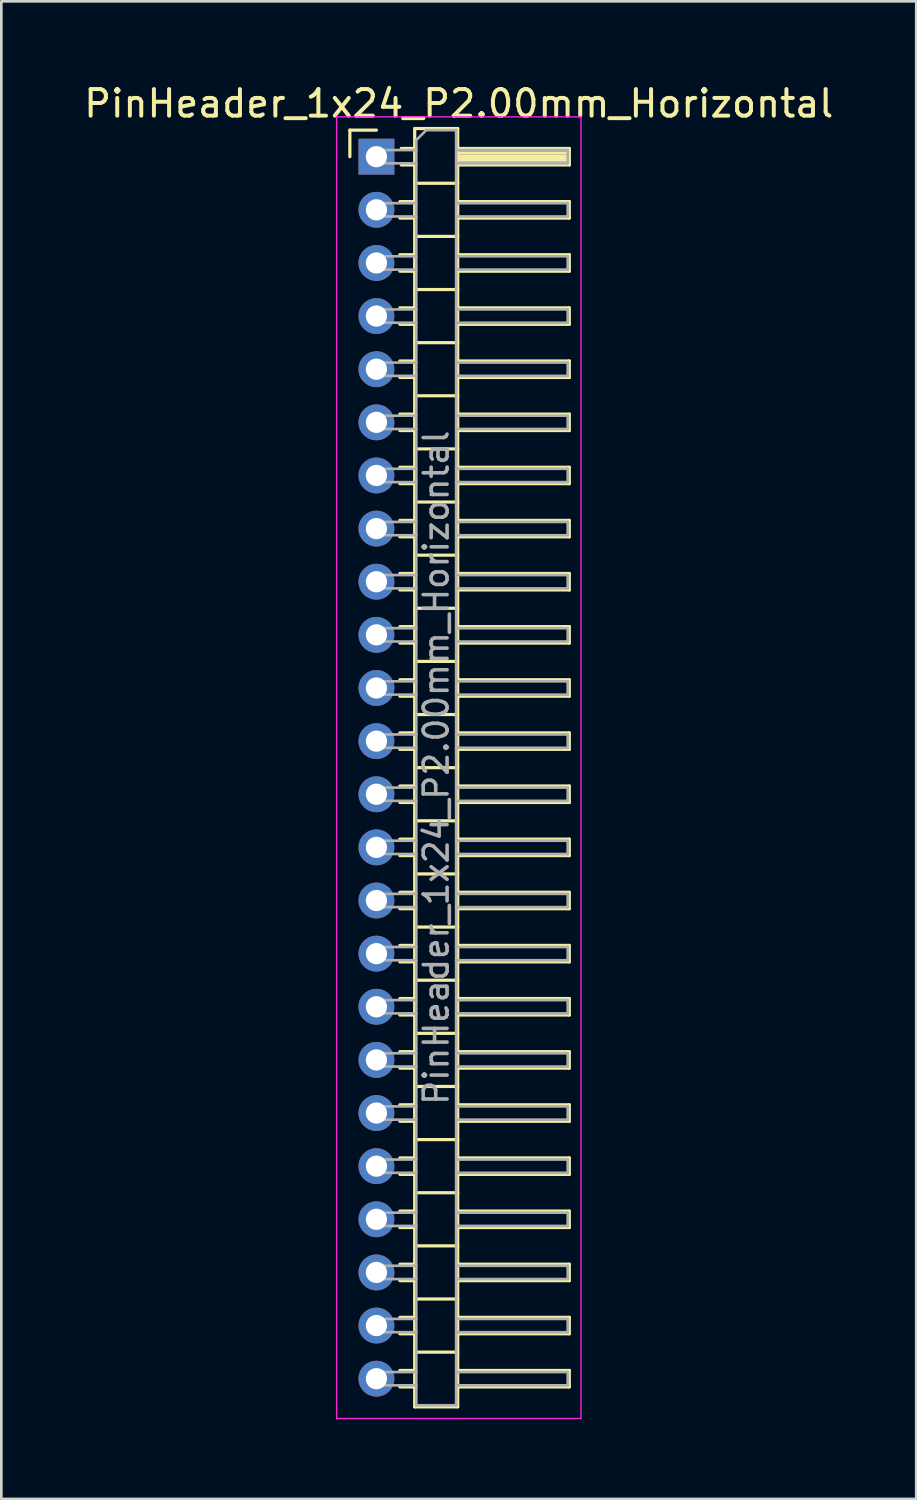
<source format=kicad_pcb>
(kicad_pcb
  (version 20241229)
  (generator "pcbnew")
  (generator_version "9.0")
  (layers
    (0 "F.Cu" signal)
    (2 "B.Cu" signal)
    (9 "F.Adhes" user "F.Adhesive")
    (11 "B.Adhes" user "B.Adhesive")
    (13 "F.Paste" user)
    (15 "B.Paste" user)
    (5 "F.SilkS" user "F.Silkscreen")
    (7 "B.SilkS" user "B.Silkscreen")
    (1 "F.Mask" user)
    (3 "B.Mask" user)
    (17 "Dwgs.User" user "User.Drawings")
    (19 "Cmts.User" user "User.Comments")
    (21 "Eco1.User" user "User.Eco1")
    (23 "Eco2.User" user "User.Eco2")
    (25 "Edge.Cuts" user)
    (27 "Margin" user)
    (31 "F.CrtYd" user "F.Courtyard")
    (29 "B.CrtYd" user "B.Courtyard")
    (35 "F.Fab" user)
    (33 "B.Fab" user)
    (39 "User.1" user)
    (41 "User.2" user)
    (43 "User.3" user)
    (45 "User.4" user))
  (footprint "PinHeader_1x24_P2.00mm_Horizontal"
    (layer "F.Cu")
    (at 11.12 2.848)
    (property "Reference" "PinHeader_1x24_P2.00mm_Horizontal" (at 3.1 -2 0) (layer "F.SilkS") (effects (font (size 1 1) (thickness 0.15))))
    (attr through_hole)
    (fp_line (start -1 -1) (end 0 -1) (stroke (width 0.12) (type solid)) (layer "F.SilkS"))
    (fp_line (start -1 0) (end -1 -1) (stroke (width 0.12) (type solid)) (layer "F.SilkS"))
    (fp_line (start 0.882 1.69) (end 1.44 1.69) (stroke (width 0.12) (type solid)) (layer "F.SilkS"))
    (fp_line (start 0.882 2.31) (end 1.44 2.31) (stroke (width 0.12) (type solid)) (layer "F.SilkS"))
    (fp_line (start 0.882 3.69) (end 1.44 3.69) (stroke (width 0.12) (type solid)) (layer "F.SilkS"))
    (fp_line (start 0.882 4.31) (end 1.44 4.31) (stroke (width 0.12) (type solid)) (layer "F.SilkS"))
    (fp_line (start 0.882 5.69) (end 1.44 5.69) (stroke (width 0.12) (type solid)) (layer "F.SilkS"))
    (fp_line (start 0.882 6.31) (end 1.44 6.31) (stroke (width 0.12) (type solid)) (layer "F.SilkS"))
    (fp_line (start 0.882 7.69) (end 1.44 7.69) (stroke (width 0.12) (type solid)) (layer "F.SilkS"))
    (fp_line (start 0.882 8.31) (end 1.44 8.31) (stroke (width 0.12) (type solid)) (layer "F.SilkS"))
    (fp_line (start 0.882 9.69) (end 1.44 9.69) (stroke (width 0.12) (type solid)) (layer "F.SilkS"))
    (fp_line (start 0.882 10.31) (end 1.44 10.31) (stroke (width 0.12) (type solid)) (layer "F.SilkS"))
    (fp_line (start 0.882 11.69) (end 1.44 11.69) (stroke (width 0.12) (type solid)) (layer "F.SilkS"))
    (fp_line (start 0.882 12.31) (end 1.44 12.31) (stroke (width 0.12) (type solid)) (layer "F.SilkS"))
    (fp_line (start 0.882 13.69) (end 1.44 13.69) (stroke (width 0.12) (type solid)) (layer "F.SilkS"))
    (fp_line (start 0.882 14.31) (end 1.44 14.31) (stroke (width 0.12) (type solid)) (layer "F.SilkS"))
    (fp_line (start 0.882 15.69) (end 1.44 15.69) (stroke (width 0.12) (type solid)) (layer "F.SilkS"))
    (fp_line (start 0.882 16.31) (end 1.44 16.31) (stroke (width 0.12) (type solid)) (layer "F.SilkS"))
    (fp_line (start 0.882 17.69) (end 1.44 17.69) (stroke (width 0.12) (type solid)) (layer "F.SilkS"))
    (fp_line (start 0.882 18.31) (end 1.44 18.31) (stroke (width 0.12) (type solid)) (layer "F.SilkS"))
    (fp_line (start 0.882 19.69) (end 1.44 19.69) (stroke (width 0.12) (type solid)) (layer "F.SilkS"))
    (fp_line (start 0.882 20.31) (end 1.44 20.31) (stroke (width 0.12) (type solid)) (layer "F.SilkS"))
    (fp_line (start 0.882 21.69) (end 1.44 21.69) (stroke (width 0.12) (type solid)) (layer "F.SilkS"))
    (fp_line (start 0.882 22.31) (end 1.44 22.31) (stroke (width 0.12) (type solid)) (layer "F.SilkS"))
    (fp_line (start 0.882 23.69) (end 1.44 23.69) (stroke (width 0.12) (type solid)) (layer "F.SilkS"))
    (fp_line (start 0.882 24.31) (end 1.44 24.31) (stroke (width 0.12) (type solid)) (layer "F.SilkS"))
    (fp_line (start 0.882 25.69) (end 1.44 25.69) (stroke (width 0.12) (type solid)) (layer "F.SilkS"))
    (fp_line (start 0.882 26.31) (end 1.44 26.31) (stroke (width 0.12) (type solid)) (layer "F.SilkS"))
    (fp_line (start 0.882 27.69) (end 1.44 27.69) (stroke (width 0.12) (type solid)) (layer "F.SilkS"))
    (fp_line (start 0.882 28.31) (end 1.44 28.31) (stroke (width 0.12) (type solid)) (layer "F.SilkS"))
    (fp_line (start 0.882 29.69) (end 1.44 29.69) (stroke (width 0.12) (type solid)) (layer "F.SilkS"))
    (fp_line (start 0.882 30.31) (end 1.44 30.31) (stroke (width 0.12) (type solid)) (layer "F.SilkS"))
    (fp_line (start 0.882 31.69) (end 1.44 31.69) (stroke (width 0.12) (type solid)) (layer "F.SilkS"))
    (fp_line (start 0.882 32.31) (end 1.44 32.31) (stroke (width 0.12) (type solid)) (layer "F.SilkS"))
    (fp_line (start 0.882 33.69) (end 1.44 33.69) (stroke (width 0.12) (type solid)) (layer "F.SilkS"))
    (fp_line (start 0.882 34.31) (end 1.44 34.31) (stroke (width 0.12) (type solid)) (layer "F.SilkS"))
    (fp_line (start 0.882 35.69) (end 1.44 35.69) (stroke (width 0.12) (type solid)) (layer "F.SilkS"))
    (fp_line (start 0.882 36.31) (end 1.44 36.31) (stroke (width 0.12) (type solid)) (layer "F.SilkS"))
    (fp_line (start 0.882 37.69) (end 1.44 37.69) (stroke (width 0.12) (type solid)) (layer "F.SilkS"))
    (fp_line (start 0.882 38.31) (end 1.44 38.31) (stroke (width 0.12) (type solid)) (layer "F.SilkS"))
    (fp_line (start 0.882 39.69) (end 1.44 39.69) (stroke (width 0.12) (type solid)) (layer "F.SilkS"))
    (fp_line (start 0.882 40.31) (end 1.44 40.31) (stroke (width 0.12) (type solid)) (layer "F.SilkS"))
    (fp_line (start 0.882 41.69) (end 1.44 41.69) (stroke (width 0.12) (type solid)) (layer "F.SilkS"))
    (fp_line (start 0.882 42.31) (end 1.44 42.31) (stroke (width 0.12) (type solid)) (layer "F.SilkS"))
    (fp_line (start 0.882 43.69) (end 1.44 43.69) (stroke (width 0.12) (type solid)) (layer "F.SilkS"))
    (fp_line (start 0.882 44.31) (end 1.44 44.31) (stroke (width 0.12) (type solid)) (layer "F.SilkS"))
    (fp_line (start 0.882 45.69) (end 1.44 45.69) (stroke (width 0.12) (type solid)) (layer "F.SilkS"))
    (fp_line (start 0.882 46.31) (end 1.44 46.31) (stroke (width 0.12) (type solid)) (layer "F.SilkS"))
    (fp_line (start 0.935 -0.31) (end 1.44 -0.31) (stroke (width 0.12) (type solid)) (layer "F.SilkS"))
    (fp_line (start 0.935 0.31) (end 1.44 0.31) (stroke (width 0.12) (type solid)) (layer "F.SilkS"))
    (fp_line (start 1.44 -1.06) (end 1.44 47.06) (stroke (width 0.12) (type solid)) (layer "F.SilkS"))
    (fp_line (start 1.44 1) (end 3.06 1) (stroke (width 0.12) (type solid)) (layer "F.SilkS"))
    (fp_line (start 1.44 3) (end 3.06 3) (stroke (width 0.12) (type solid)) (layer "F.SilkS"))
    (fp_line (start 1.44 5) (end 3.06 5) (stroke (width 0.12) (type solid)) (layer "F.SilkS"))
    (fp_line (start 1.44 7) (end 3.06 7) (stroke (width 0.12) (type solid)) (layer "F.SilkS"))
    (fp_line (start 1.44 9) (end 3.06 9) (stroke (width 0.12) (type solid)) (layer "F.SilkS"))
    (fp_line (start 1.44 11) (end 3.06 11) (stroke (width 0.12) (type solid)) (layer "F.SilkS"))
    (fp_line (start 1.44 13) (end 3.06 13) (stroke (width 0.12) (type solid)) (layer "F.SilkS"))
    (fp_line (start 1.44 15) (end 3.06 15) (stroke (width 0.12) (type solid)) (layer "F.SilkS"))
    (fp_line (start 1.44 17) (end 3.06 17) (stroke (width 0.12) (type solid)) (layer "F.SilkS"))
    (fp_line (start 1.44 19) (end 3.06 19) (stroke (width 0.12) (type solid)) (layer "F.SilkS"))
    (fp_line (start 1.44 21) (end 3.06 21) (stroke (width 0.12) (type solid)) (layer "F.SilkS"))
    (fp_line (start 1.44 23) (end 3.06 23) (stroke (width 0.12) (type solid)) (layer "F.SilkS"))
    (fp_line (start 1.44 25) (end 3.06 25) (stroke (width 0.12) (type solid)) (layer "F.SilkS"))
    (fp_line (start 1.44 27) (end 3.06 27) (stroke (width 0.12) (type solid)) (layer "F.SilkS"))
    (fp_line (start 1.44 29) (end 3.06 29) (stroke (width 0.12) (type solid)) (layer "F.SilkS"))
    (fp_line (start 1.44 31) (end 3.06 31) (stroke (width 0.12) (type solid)) (layer "F.SilkS"))
    (fp_line (start 1.44 33) (end 3.06 33) (stroke (width 0.12) (type solid)) (layer "F.SilkS"))
    (fp_line (start 1.44 35) (end 3.06 35) (stroke (width 0.12) (type solid)) (layer "F.SilkS"))
    (fp_line (start 1.44 37) (end 3.06 37) (stroke (width 0.12) (type solid)) (layer "F.SilkS"))
    (fp_line (start 1.44 39) (end 3.06 39) (stroke (width 0.12) (type solid)) (layer "F.SilkS"))
    (fp_line (start 1.44 41) (end 3.06 41) (stroke (width 0.12) (type solid)) (layer "F.SilkS"))
    (fp_line (start 1.44 43) (end 3.06 43) (stroke (width 0.12) (type solid)) (layer "F.SilkS"))
    (fp_line (start 1.44 45) (end 3.06 45) (stroke (width 0.12) (type solid)) (layer "F.SilkS"))
    (fp_line (start 1.44 47.06) (end 3.06 47.06) (stroke (width 0.12) (type solid)) (layer "F.SilkS"))
    (fp_line (start 3.06 -1.06) (end 1.44 -1.06) (stroke (width 0.12) (type solid)) (layer "F.SilkS"))
    (fp_line (start 3.06 -0.31) (end 7.26 -0.31) (stroke (width 0.12) (type solid)) (layer "F.SilkS"))
    (fp_line (start 3.06 -0.25) (end 7.26 -0.25) (stroke (width 0.12) (type solid)) (layer "F.SilkS"))
    (fp_line (start 3.06 -0.13) (end 7.26 -0.13) (stroke (width 0.12) (type solid)) (layer "F.SilkS"))
    (fp_line (start 3.06 -0.01) (end 7.26 -0.01) (stroke (width 0.12) (type solid)) (layer "F.SilkS"))
    (fp_line (start 3.06 0.11) (end 7.26 0.11) (stroke (width 0.12) (type solid)) (layer "F.SilkS"))
    (fp_line (start 3.06 0.23) (end 7.26 0.23) (stroke (width 0.12) (type solid)) (layer "F.SilkS"))
    (fp_line (start 3.06 1.69) (end 7.26 1.69) (stroke (width 0.12) (type solid)) (layer "F.SilkS"))
    (fp_line (start 3.06 3.69) (end 7.26 3.69) (stroke (width 0.12) (type solid)) (layer "F.SilkS"))
    (fp_line (start 3.06 5.69) (end 7.26 5.69) (stroke (width 0.12) (type solid)) (layer "F.SilkS"))
    (fp_line (start 3.06 7.69) (end 7.26 7.69) (stroke (width 0.12) (type solid)) (layer "F.SilkS"))
    (fp_line (start 3.06 9.69) (end 7.26 9.69) (stroke (width 0.12) (type solid)) (layer "F.SilkS"))
    (fp_line (start 3.06 11.69) (end 7.26 11.69) (stroke (width 0.12) (type solid)) (layer "F.SilkS"))
    (fp_line (start 3.06 13.69) (end 7.26 13.69) (stroke (width 0.12) (type solid)) (layer "F.SilkS"))
    (fp_line (start 3.06 15.69) (end 7.26 15.69) (stroke (width 0.12) (type solid)) (layer "F.SilkS"))
    (fp_line (start 3.06 17.69) (end 7.26 17.69) (stroke (width 0.12) (type solid)) (layer "F.SilkS"))
    (fp_line (start 3.06 19.69) (end 7.26 19.69) (stroke (width 0.12) (type solid)) (layer "F.SilkS"))
    (fp_line (start 3.06 21.69) (end 7.26 21.69) (stroke (width 0.12) (type solid)) (layer "F.SilkS"))
    (fp_line (start 3.06 23.69) (end 7.26 23.69) (stroke (width 0.12) (type solid)) (layer "F.SilkS"))
    (fp_line (start 3.06 25.69) (end 7.26 25.69) (stroke (width 0.12) (type solid)) (layer "F.SilkS"))
    (fp_line (start 3.06 27.69) (end 7.26 27.69) (stroke (width 0.12) (type solid)) (layer "F.SilkS"))
    (fp_line (start 3.06 29.69) (end 7.26 29.69) (stroke (width 0.12) (type solid)) (layer "F.SilkS"))
    (fp_line (start 3.06 31.69) (end 7.26 31.69) (stroke (width 0.12) (type solid)) (layer "F.SilkS"))
    (fp_line (start 3.06 33.69) (end 7.26 33.69) (stroke (width 0.12) (type solid)) (layer "F.SilkS"))
    (fp_line (start 3.06 35.69) (end 7.26 35.69) (stroke (width 0.12) (type solid)) (layer "F.SilkS"))
    (fp_line (start 3.06 37.69) (end 7.26 37.69) (stroke (width 0.12) (type solid)) (layer "F.SilkS"))
    (fp_line (start 3.06 39.69) (end 7.26 39.69) (stroke (width 0.12) (type solid)) (layer "F.SilkS"))
    (fp_line (start 3.06 41.69) (end 7.26 41.69) (stroke (width 0.12) (type solid)) (layer "F.SilkS"))
    (fp_line (start 3.06 43.69) (end 7.26 43.69) (stroke (width 0.12) (type solid)) (layer "F.SilkS"))
    (fp_line (start 3.06 45.69) (end 7.26 45.69) (stroke (width 0.12) (type solid)) (layer "F.SilkS"))
    (fp_line (start 3.06 47.06) (end 3.06 -1.06) (stroke (width 0.12) (type solid)) (layer "F.SilkS"))
    (fp_line (start 7.26 -0.31) (end 7.26 0.31) (stroke (width 0.12) (type solid)) (layer "F.SilkS"))
    (fp_line (start 7.26 0.31) (end 3.06 0.31) (stroke (width 0.12) (type solid)) (layer "F.SilkS"))
    (fp_line (start 7.26 1.69) (end 7.26 2.31) (stroke (width 0.12) (type solid)) (layer "F.SilkS"))
    (fp_line (start 7.26 2.31) (end 3.06 2.31) (stroke (width 0.12) (type solid)) (layer "F.SilkS"))
    (fp_line (start 7.26 3.69) (end 7.26 4.31) (stroke (width 0.12) (type solid)) (layer "F.SilkS"))
    (fp_line (start 7.26 4.31) (end 3.06 4.31) (stroke (width 0.12) (type solid)) (layer "F.SilkS"))
    (fp_line (start 7.26 5.69) (end 7.26 6.31) (stroke (width 0.12) (type solid)) (layer "F.SilkS"))
    (fp_line (start 7.26 6.31) (end 3.06 6.31) (stroke (width 0.12) (type solid)) (layer "F.SilkS"))
    (fp_line (start 7.26 7.69) (end 7.26 8.31) (stroke (width 0.12) (type solid)) (layer "F.SilkS"))
    (fp_line (start 7.26 8.31) (end 3.06 8.31) (stroke (width 0.12) (type solid)) (layer "F.SilkS"))
    (fp_line (start 7.26 9.69) (end 7.26 10.31) (stroke (width 0.12) (type solid)) (layer "F.SilkS"))
    (fp_line (start 7.26 10.31) (end 3.06 10.31) (stroke (width 0.12) (type solid)) (layer "F.SilkS"))
    (fp_line (start 7.26 11.69) (end 7.26 12.31) (stroke (width 0.12) (type solid)) (layer "F.SilkS"))
    (fp_line (start 7.26 12.31) (end 3.06 12.31) (stroke (width 0.12) (type solid)) (layer "F.SilkS"))
    (fp_line (start 7.26 13.69) (end 7.26 14.31) (stroke (width 0.12) (type solid)) (layer "F.SilkS"))
    (fp_line (start 7.26 14.31) (end 3.06 14.31) (stroke (width 0.12) (type solid)) (layer "F.SilkS"))
    (fp_line (start 7.26 15.69) (end 7.26 16.31) (stroke (width 0.12) (type solid)) (layer "F.SilkS"))
    (fp_line (start 7.26 16.31) (end 3.06 16.31) (stroke (width 0.12) (type solid)) (layer "F.SilkS"))
    (fp_line (start 7.26 17.69) (end 7.26 18.31) (stroke (width 0.12) (type solid)) (layer "F.SilkS"))
    (fp_line (start 7.26 18.31) (end 3.06 18.31) (stroke (width 0.12) (type solid)) (layer "F.SilkS"))
    (fp_line (start 7.26 19.69) (end 7.26 20.31) (stroke (width 0.12) (type solid)) (layer "F.SilkS"))
    (fp_line (start 7.26 20.31) (end 3.06 20.31) (stroke (width 0.12) (type solid)) (layer "F.SilkS"))
    (fp_line (start 7.26 21.69) (end 7.26 22.31) (stroke (width 0.12) (type solid)) (layer "F.SilkS"))
    (fp_line (start 7.26 22.31) (end 3.06 22.31) (stroke (width 0.12) (type solid)) (layer "F.SilkS"))
    (fp_line (start 7.26 23.69) (end 7.26 24.31) (stroke (width 0.12) (type solid)) (layer "F.SilkS"))
    (fp_line (start 7.26 24.31) (end 3.06 24.31) (stroke (width 0.12) (type solid)) (layer "F.SilkS"))
    (fp_line (start 7.26 25.69) (end 7.26 26.31) (stroke (width 0.12) (type solid)) (layer "F.SilkS"))
    (fp_line (start 7.26 26.31) (end 3.06 26.31) (stroke (width 0.12) (type solid)) (layer "F.SilkS"))
    (fp_line (start 7.26 27.69) (end 7.26 28.31) (stroke (width 0.12) (type solid)) (layer "F.SilkS"))
    (fp_line (start 7.26 28.31) (end 3.06 28.31) (stroke (width 0.12) (type solid)) (layer "F.SilkS"))
    (fp_line (start 7.26 29.69) (end 7.26 30.31) (stroke (width 0.12) (type solid)) (layer "F.SilkS"))
    (fp_line (start 7.26 30.31) (end 3.06 30.31) (stroke (width 0.12) (type solid)) (layer "F.SilkS"))
    (fp_line (start 7.26 31.69) (end 7.26 32.31) (stroke (width 0.12) (type solid)) (layer "F.SilkS"))
    (fp_line (start 7.26 32.31) (end 3.06 32.31) (stroke (width 0.12) (type solid)) (layer "F.SilkS"))
    (fp_line (start 7.26 33.69) (end 7.26 34.31) (stroke (width 0.12) (type solid)) (layer "F.SilkS"))
    (fp_line (start 7.26 34.31) (end 3.06 34.31) (stroke (width 0.12) (type solid)) (layer "F.SilkS"))
    (fp_line (start 7.26 35.69) (end 7.26 36.31) (stroke (width 0.12) (type solid)) (layer "F.SilkS"))
    (fp_line (start 7.26 36.31) (end 3.06 36.31) (stroke (width 0.12) (type solid)) (layer "F.SilkS"))
    (fp_line (start 7.26 37.69) (end 7.26 38.31) (stroke (width 0.12) (type solid)) (layer "F.SilkS"))
    (fp_line (start 7.26 38.31) (end 3.06 38.31) (stroke (width 0.12) (type solid)) (layer "F.SilkS"))
    (fp_line (start 7.26 39.69) (end 7.26 40.31) (stroke (width 0.12) (type solid)) (layer "F.SilkS"))
    (fp_line (start 7.26 40.31) (end 3.06 40.31) (stroke (width 0.12) (type solid)) (layer "F.SilkS"))
    (fp_line (start 7.26 41.69) (end 7.26 42.31) (stroke (width 0.12) (type solid)) (layer "F.SilkS"))
    (fp_line (start 7.26 42.31) (end 3.06 42.31) (stroke (width 0.12) (type solid)) (layer "F.SilkS"))
    (fp_line (start 7.26 43.69) (end 7.26 44.31) (stroke (width 0.12) (type solid)) (layer "F.SilkS"))
    (fp_line (start 7.26 44.31) (end 3.06 44.31) (stroke (width 0.12) (type solid)) (layer "F.SilkS"))
    (fp_line (start 7.26 45.69) (end 7.26 46.31) (stroke (width 0.12) (type solid)) (layer "F.SilkS"))
    (fp_line (start 7.26 46.31) (end 3.06 46.31) (stroke (width 0.12) (type solid)) (layer "F.SilkS"))
    (fp_line (start -1.5 -1.5) (end -1.5 47.5) (stroke (width 0.05) (type solid)) (layer "F.CrtYd"))
    (fp_line (start -1.5 47.5) (end 7.7 47.5) (stroke (width 0.05) (type solid)) (layer "F.CrtYd"))
    (fp_line (start 7.7 -1.5) (end -1.5 -1.5) (stroke (width 0.05) (type solid)) (layer "F.CrtYd"))
    (fp_line (start 7.7 47.5) (end 7.7 -1.5) (stroke (width 0.05) (type solid)) (layer "F.CrtYd"))
    (fp_line (start -0.25 -0.25) (end -0.25 0.25) (stroke (width 0.1) (type solid)) (layer "F.Fab"))
    (fp_line (start -0.25 -0.25) (end 1.5 -0.25) (stroke (width 0.1) (type solid)) (layer "F.Fab"))
    (fp_line (start -0.25 0.25) (end 1.5 0.25) (stroke (width 0.1) (type solid)) (layer "F.Fab"))
    (fp_line (start -0.25 1.75) (end -0.25 2.25) (stroke (width 0.1) (type solid)) (layer "F.Fab"))
    (fp_line (start -0.25 1.75) (end 1.5 1.75) (stroke (width 0.1) (type solid)) (layer "F.Fab"))
    (fp_line (start -0.25 2.25) (end 1.5 2.25) (stroke (width 0.1) (type solid)) (layer "F.Fab"))
    (fp_line (start -0.25 3.75) (end -0.25 4.25) (stroke (width 0.1) (type solid)) (layer "F.Fab"))
    (fp_line (start -0.25 3.75) (end 1.5 3.75) (stroke (width 0.1) (type solid)) (layer "F.Fab"))
    (fp_line (start -0.25 4.25) (end 1.5 4.25) (stroke (width 0.1) (type solid)) (layer "F.Fab"))
    (fp_line (start -0.25 5.75) (end -0.25 6.25) (stroke (width 0.1) (type solid)) (layer "F.Fab"))
    (fp_line (start -0.25 5.75) (end 1.5 5.75) (stroke (width 0.1) (type solid)) (layer "F.Fab"))
    (fp_line (start -0.25 6.25) (end 1.5 6.25) (stroke (width 0.1) (type solid)) (layer "F.Fab"))
    (fp_line (start -0.25 7.75) (end -0.25 8.25) (stroke (width 0.1) (type solid)) (layer "F.Fab"))
    (fp_line (start -0.25 7.75) (end 1.5 7.75) (stroke (width 0.1) (type solid)) (layer "F.Fab"))
    (fp_line (start -0.25 8.25) (end 1.5 8.25) (stroke (width 0.1) (type solid)) (layer "F.Fab"))
    (fp_line (start -0.25 9.75) (end -0.25 10.25) (stroke (width 0.1) (type solid)) (layer "F.Fab"))
    (fp_line (start -0.25 9.75) (end 1.5 9.75) (stroke (width 0.1) (type solid)) (layer "F.Fab"))
    (fp_line (start -0.25 10.25) (end 1.5 10.25) (stroke (width 0.1) (type solid)) (layer "F.Fab"))
    (fp_line (start -0.25 11.75) (end -0.25 12.25) (stroke (width 0.1) (type solid)) (layer "F.Fab"))
    (fp_line (start -0.25 11.75) (end 1.5 11.75) (stroke (width 0.1) (type solid)) (layer "F.Fab"))
    (fp_line (start -0.25 12.25) (end 1.5 12.25) (stroke (width 0.1) (type solid)) (layer "F.Fab"))
    (fp_line (start -0.25 13.75) (end -0.25 14.25) (stroke (width 0.1) (type solid)) (layer "F.Fab"))
    (fp_line (start -0.25 13.75) (end 1.5 13.75) (stroke (width 0.1) (type solid)) (layer "F.Fab"))
    (fp_line (start -0.25 14.25) (end 1.5 14.25) (stroke (width 0.1) (type solid)) (layer "F.Fab"))
    (fp_line (start -0.25 15.75) (end -0.25 16.25) (stroke (width 0.1) (type solid)) (layer "F.Fab"))
    (fp_line (start -0.25 15.75) (end 1.5 15.75) (stroke (width 0.1) (type solid)) (layer "F.Fab"))
    (fp_line (start -0.25 16.25) (end 1.5 16.25) (stroke (width 0.1) (type solid)) (layer "F.Fab"))
    (fp_line (start -0.25 17.75) (end -0.25 18.25) (stroke (width 0.1) (type solid)) (layer "F.Fab"))
    (fp_line (start -0.25 17.75) (end 1.5 17.75) (stroke (width 0.1) (type solid)) (layer "F.Fab"))
    (fp_line (start -0.25 18.25) (end 1.5 18.25) (stroke (width 0.1) (type solid)) (layer "F.Fab"))
    (fp_line (start -0.25 19.75) (end -0.25 20.25) (stroke (width 0.1) (type solid)) (layer "F.Fab"))
    (fp_line (start -0.25 19.75) (end 1.5 19.75) (stroke (width 0.1) (type solid)) (layer "F.Fab"))
    (fp_line (start -0.25 20.25) (end 1.5 20.25) (stroke (width 0.1) (type solid)) (layer "F.Fab"))
    (fp_line (start -0.25 21.75) (end -0.25 22.25) (stroke (width 0.1) (type solid)) (layer "F.Fab"))
    (fp_line (start -0.25 21.75) (end 1.5 21.75) (stroke (width 0.1) (type solid)) (layer "F.Fab"))
    (fp_line (start -0.25 22.25) (end 1.5 22.25) (stroke (width 0.1) (type solid)) (layer "F.Fab"))
    (fp_line (start -0.25 23.75) (end -0.25 24.25) (stroke (width 0.1) (type solid)) (layer "F.Fab"))
    (fp_line (start -0.25 23.75) (end 1.5 23.75) (stroke (width 0.1) (type solid)) (layer "F.Fab"))
    (fp_line (start -0.25 24.25) (end 1.5 24.25) (stroke (width 0.1) (type solid)) (layer "F.Fab"))
    (fp_line (start -0.25 25.75) (end -0.25 26.25) (stroke (width 0.1) (type solid)) (layer "F.Fab"))
    (fp_line (start -0.25 25.75) (end 1.5 25.75) (stroke (width 0.1) (type solid)) (layer "F.Fab"))
    (fp_line (start -0.25 26.25) (end 1.5 26.25) (stroke (width 0.1) (type solid)) (layer "F.Fab"))
    (fp_line (start -0.25 27.75) (end -0.25 28.25) (stroke (width 0.1) (type solid)) (layer "F.Fab"))
    (fp_line (start -0.25 27.75) (end 1.5 27.75) (stroke (width 0.1) (type solid)) (layer "F.Fab"))
    (fp_line (start -0.25 28.25) (end 1.5 28.25) (stroke (width 0.1) (type solid)) (layer "F.Fab"))
    (fp_line (start -0.25 29.75) (end -0.25 30.25) (stroke (width 0.1) (type solid)) (layer "F.Fab"))
    (fp_line (start -0.25 29.75) (end 1.5 29.75) (stroke (width 0.1) (type solid)) (layer "F.Fab"))
    (fp_line (start -0.25 30.25) (end 1.5 30.25) (stroke (width 0.1) (type solid)) (layer "F.Fab"))
    (fp_line (start -0.25 31.75) (end -0.25 32.25) (stroke (width 0.1) (type solid)) (layer "F.Fab"))
    (fp_line (start -0.25 31.75) (end 1.5 31.75) (stroke (width 0.1) (type solid)) (layer "F.Fab"))
    (fp_line (start -0.25 32.25) (end 1.5 32.25) (stroke (width 0.1) (type solid)) (layer "F.Fab"))
    (fp_line (start -0.25 33.75) (end -0.25 34.25) (stroke (width 0.1) (type solid)) (layer "F.Fab"))
    (fp_line (start -0.25 33.75) (end 1.5 33.75) (stroke (width 0.1) (type solid)) (layer "F.Fab"))
    (fp_line (start -0.25 34.25) (end 1.5 34.25) (stroke (width 0.1) (type solid)) (layer "F.Fab"))
    (fp_line (start -0.25 35.75) (end -0.25 36.25) (stroke (width 0.1) (type solid)) (layer "F.Fab"))
    (fp_line (start -0.25 35.75) (end 1.5 35.75) (stroke (width 0.1) (type solid)) (layer "F.Fab"))
    (fp_line (start -0.25 36.25) (end 1.5 36.25) (stroke (width 0.1) (type solid)) (layer "F.Fab"))
    (fp_line (start -0.25 37.75) (end -0.25 38.25) (stroke (width 0.1) (type solid)) (layer "F.Fab"))
    (fp_line (start -0.25 37.75) (end 1.5 37.75) (stroke (width 0.1) (type solid)) (layer "F.Fab"))
    (fp_line (start -0.25 38.25) (end 1.5 38.25) (stroke (width 0.1) (type solid)) (layer "F.Fab"))
    (fp_line (start -0.25 39.75) (end -0.25 40.25) (stroke (width 0.1) (type solid)) (layer "F.Fab"))
    (fp_line (start -0.25 39.75) (end 1.5 39.75) (stroke (width 0.1) (type solid)) (layer "F.Fab"))
    (fp_line (start -0.25 40.25) (end 1.5 40.25) (stroke (width 0.1) (type solid)) (layer "F.Fab"))
    (fp_line (start -0.25 41.75) (end -0.25 42.25) (stroke (width 0.1) (type solid)) (layer "F.Fab"))
    (fp_line (start -0.25 41.75) (end 1.5 41.75) (stroke (width 0.1) (type solid)) (layer "F.Fab"))
    (fp_line (start -0.25 42.25) (end 1.5 42.25) (stroke (width 0.1) (type solid)) (layer "F.Fab"))
    (fp_line (start -0.25 43.75) (end -0.25 44.25) (stroke (width 0.1) (type solid)) (layer "F.Fab"))
    (fp_line (start -0.25 43.75) (end 1.5 43.75) (stroke (width 0.1) (type solid)) (layer "F.Fab"))
    (fp_line (start -0.25 44.25) (end 1.5 44.25) (stroke (width 0.1) (type solid)) (layer "F.Fab"))
    (fp_line (start -0.25 45.75) (end -0.25 46.25) (stroke (width 0.1) (type solid)) (layer "F.Fab"))
    (fp_line (start -0.25 45.75) (end 1.5 45.75) (stroke (width 0.1) (type solid)) (layer "F.Fab"))
    (fp_line (start -0.25 46.25) (end 1.5 46.25) (stroke (width 0.1) (type solid)) (layer "F.Fab"))
    (fp_line (start 1.5 -0.625) (end 1.875 -1) (stroke (width 0.1) (type solid)) (layer "F.Fab"))
    (fp_line (start 1.5 47) (end 1.5 -0.625) (stroke (width 0.1) (type solid)) (layer "F.Fab"))
    (fp_line (start 1.875 -1) (end 3 -1) (stroke (width 0.1) (type solid)) (layer "F.Fab"))
    (fp_line (start 3 -1) (end 3 47) (stroke (width 0.1) (type solid)) (layer "F.Fab"))
    (fp_line (start 3 -0.25) (end 7.2 -0.25) (stroke (width 0.1) (type solid)) (layer "F.Fab"))
    (fp_line (start 3 0.25) (end 7.2 0.25) (stroke (width 0.1) (type solid)) (layer "F.Fab"))
    (fp_line (start 3 1.75) (end 7.2 1.75) (stroke (width 0.1) (type solid)) (layer "F.Fab"))
    (fp_line (start 3 2.25) (end 7.2 2.25) (stroke (width 0.1) (type solid)) (layer "F.Fab"))
    (fp_line (start 3 3.75) (end 7.2 3.75) (stroke (width 0.1) (type solid)) (layer "F.Fab"))
    (fp_line (start 3 4.25) (end 7.2 4.25) (stroke (width 0.1) (type solid)) (layer "F.Fab"))
    (fp_line (start 3 5.75) (end 7.2 5.75) (stroke (width 0.1) (type solid)) (layer "F.Fab"))
    (fp_line (start 3 6.25) (end 7.2 6.25) (stroke (width 0.1) (type solid)) (layer "F.Fab"))
    (fp_line (start 3 7.75) (end 7.2 7.75) (stroke (width 0.1) (type solid)) (layer "F.Fab"))
    (fp_line (start 3 8.25) (end 7.2 8.25) (stroke (width 0.1) (type solid)) (layer "F.Fab"))
    (fp_line (start 3 9.75) (end 7.2 9.75) (stroke (width 0.1) (type solid)) (layer "F.Fab"))
    (fp_line (start 3 10.25) (end 7.2 10.25) (stroke (width 0.1) (type solid)) (layer "F.Fab"))
    (fp_line (start 3 11.75) (end 7.2 11.75) (stroke (width 0.1) (type solid)) (layer "F.Fab"))
    (fp_line (start 3 12.25) (end 7.2 12.25) (stroke (width 0.1) (type solid)) (layer "F.Fab"))
    (fp_line (start 3 13.75) (end 7.2 13.75) (stroke (width 0.1) (type solid)) (layer "F.Fab"))
    (fp_line (start 3 14.25) (end 7.2 14.25) (stroke (width 0.1) (type solid)) (layer "F.Fab"))
    (fp_line (start 3 15.75) (end 7.2 15.75) (stroke (width 0.1) (type solid)) (layer "F.Fab"))
    (fp_line (start 3 16.25) (end 7.2 16.25) (stroke (width 0.1) (type solid)) (layer "F.Fab"))
    (fp_line (start 3 17.75) (end 7.2 17.75) (stroke (width 0.1) (type solid)) (layer "F.Fab"))
    (fp_line (start 3 18.25) (end 7.2 18.25) (stroke (width 0.1) (type solid)) (layer "F.Fab"))
    (fp_line (start 3 19.75) (end 7.2 19.75) (stroke (width 0.1) (type solid)) (layer "F.Fab"))
    (fp_line (start 3 20.25) (end 7.2 20.25) (stroke (width 0.1) (type solid)) (layer "F.Fab"))
    (fp_line (start 3 21.75) (end 7.2 21.75) (stroke (width 0.1) (type solid)) (layer "F.Fab"))
    (fp_line (start 3 22.25) (end 7.2 22.25) (stroke (width 0.1) (type solid)) (layer "F.Fab"))
    (fp_line (start 3 23.75) (end 7.2 23.75) (stroke (width 0.1) (type solid)) (layer "F.Fab"))
    (fp_line (start 3 24.25) (end 7.2 24.25) (stroke (width 0.1) (type solid)) (layer "F.Fab"))
    (fp_line (start 3 25.75) (end 7.2 25.75) (stroke (width 0.1) (type solid)) (layer "F.Fab"))
    (fp_line (start 3 26.25) (end 7.2 26.25) (stroke (width 0.1) (type solid)) (layer "F.Fab"))
    (fp_line (start 3 27.75) (end 7.2 27.75) (stroke (width 0.1) (type solid)) (layer "F.Fab"))
    (fp_line (start 3 28.25) (end 7.2 28.25) (stroke (width 0.1) (type solid)) (layer "F.Fab"))
    (fp_line (start 3 29.75) (end 7.2 29.75) (stroke (width 0.1) (type solid)) (layer "F.Fab"))
    (fp_line (start 3 30.25) (end 7.2 30.25) (stroke (width 0.1) (type solid)) (layer "F.Fab"))
    (fp_line (start 3 31.75) (end 7.2 31.75) (stroke (width 0.1) (type solid)) (layer "F.Fab"))
    (fp_line (start 3 32.25) (end 7.2 32.25) (stroke (width 0.1) (type solid)) (layer "F.Fab"))
    (fp_line (start 3 33.75) (end 7.2 33.75) (stroke (width 0.1) (type solid)) (layer "F.Fab"))
    (fp_line (start 3 34.25) (end 7.2 34.25) (stroke (width 0.1) (type solid)) (layer "F.Fab"))
    (fp_line (start 3 35.75) (end 7.2 35.75) (stroke (width 0.1) (type solid)) (layer "F.Fab"))
    (fp_line (start 3 36.25) (end 7.2 36.25) (stroke (width 0.1) (type solid)) (layer "F.Fab"))
    (fp_line (start 3 37.75) (end 7.2 37.75) (stroke (width 0.1) (type solid)) (layer "F.Fab"))
    (fp_line (start 3 38.25) (end 7.2 38.25) (stroke (width 0.1) (type solid)) (layer "F.Fab"))
    (fp_line (start 3 39.75) (end 7.2 39.75) (stroke (width 0.1) (type solid)) (layer "F.Fab"))
    (fp_line (start 3 40.25) (end 7.2 40.25) (stroke (width 0.1) (type solid)) (layer "F.Fab"))
    (fp_line (start 3 41.75) (end 7.2 41.75) (stroke (width 0.1) (type solid)) (layer "F.Fab"))
    (fp_line (start 3 42.25) (end 7.2 42.25) (stroke (width 0.1) (type solid)) (layer "F.Fab"))
    (fp_line (start 3 43.75) (end 7.2 43.75) (stroke (width 0.1) (type solid)) (layer "F.Fab"))
    (fp_line (start 3 44.25) (end 7.2 44.25) (stroke (width 0.1) (type solid)) (layer "F.Fab"))
    (fp_line (start 3 45.75) (end 7.2 45.75) (stroke (width 0.1) (type solid)) (layer "F.Fab"))
    (fp_line (start 3 46.25) (end 7.2 46.25) (stroke (width 0.1) (type solid)) (layer "F.Fab"))
    (fp_line (start 3 47) (end 1.5 47) (stroke (width 0.1) (type solid)) (layer "F.Fab"))
    (fp_line (start 7.2 -0.25) (end 7.2 0.25) (stroke (width 0.1) (type solid)) (layer "F.Fab"))
    (fp_line (start 7.2 1.75) (end 7.2 2.25) (stroke (width 0.1) (type solid)) (layer "F.Fab"))
    (fp_line (start 7.2 3.75) (end 7.2 4.25) (stroke (width 0.1) (type solid)) (layer "F.Fab"))
    (fp_line (start 7.2 5.75) (end 7.2 6.25) (stroke (width 0.1) (type solid)) (layer "F.Fab"))
    (fp_line (start 7.2 7.75) (end 7.2 8.25) (stroke (width 0.1) (type solid)) (layer "F.Fab"))
    (fp_line (start 7.2 9.75) (end 7.2 10.25) (stroke (width 0.1) (type solid)) (layer "F.Fab"))
    (fp_line (start 7.2 11.75) (end 7.2 12.25) (stroke (width 0.1) (type solid)) (layer "F.Fab"))
    (fp_line (start 7.2 13.75) (end 7.2 14.25) (stroke (width 0.1) (type solid)) (layer "F.Fab"))
    (fp_line (start 7.2 15.75) (end 7.2 16.25) (stroke (width 0.1) (type solid)) (layer "F.Fab"))
    (fp_line (start 7.2 17.75) (end 7.2 18.25) (stroke (width 0.1) (type solid)) (layer "F.Fab"))
    (fp_line (start 7.2 19.75) (end 7.2 20.25) (stroke (width 0.1) (type solid)) (layer "F.Fab"))
    (fp_line (start 7.2 21.75) (end 7.2 22.25) (stroke (width 0.1) (type solid)) (layer "F.Fab"))
    (fp_line (start 7.2 23.75) (end 7.2 24.25) (stroke (width 0.1) (type solid)) (layer "F.Fab"))
    (fp_line (start 7.2 25.75) (end 7.2 26.25) (stroke (width 0.1) (type solid)) (layer "F.Fab"))
    (fp_line (start 7.2 27.75) (end 7.2 28.25) (stroke (width 0.1) (type solid)) (layer "F.Fab"))
    (fp_line (start 7.2 29.75) (end 7.2 30.25) (stroke (width 0.1) (type solid)) (layer "F.Fab"))
    (fp_line (start 7.2 31.75) (end 7.2 32.25) (stroke (width 0.1) (type solid)) (layer "F.Fab"))
    (fp_line (start 7.2 33.75) (end 7.2 34.25) (stroke (width 0.1) (type solid)) (layer "F.Fab"))
    (fp_line (start 7.2 35.75) (end 7.2 36.25) (stroke (width 0.1) (type solid)) (layer "F.Fab"))
    (fp_line (start 7.2 37.75) (end 7.2 38.25) (stroke (width 0.1) (type solid)) (layer "F.Fab"))
    (fp_line (start 7.2 39.75) (end 7.2 40.25) (stroke (width 0.1) (type solid)) (layer "F.Fab"))
    (fp_line (start 7.2 41.75) (end 7.2 42.25) (stroke (width 0.1) (type solid)) (layer "F.Fab"))
    (fp_line (start 7.2 43.75) (end 7.2 44.25) (stroke (width 0.1) (type solid)) (layer "F.Fab"))
    (fp_line (start 7.2 45.75) (end 7.2 46.25) (stroke (width 0.1) (type solid)) (layer "F.Fab"))
    (fp_text user "${REFERENCE}" (at 2.25 23 90) (layer "F.Fab") (effects (font (size 0.9 0.9) (thickness 0.135))))
    (pad "1" thru_hole rect (at 0 0) (size 1.35 1.35) (drill 0.8) (layers "*.Cu" "*.Mask"))
    (pad "2" thru_hole oval (at 0 2) (size 1.35 1.35) (drill 0.8) (layers "*.Cu" "*.Mask"))
    (pad "3" thru_hole oval (at 0 4) (size 1.35 1.35) (drill 0.8) (layers "*.Cu" "*.Mask"))
    (pad "4" thru_hole oval (at 0 6) (size 1.35 1.35) (drill 0.8) (layers "*.Cu" "*.Mask"))
    (pad "5" thru_hole oval (at 0 8) (size 1.35 1.35) (drill 0.8) (layers "*.Cu" "*.Mask"))
    (pad "6" thru_hole oval (at 0 10) (size 1.35 1.35) (drill 0.8) (layers "*.Cu" "*.Mask"))
    (pad "7" thru_hole oval (at 0 12) (size 1.35 1.35) (drill 0.8) (layers "*.Cu" "*.Mask"))
    (pad "8" thru_hole oval (at 0 14) (size 1.35 1.35) (drill 0.8) (layers "*.Cu" "*.Mask"))
    (pad "9" thru_hole oval (at 0 16) (size 1.35 1.35) (drill 0.8) (layers "*.Cu" "*.Mask"))
    (pad "10" thru_hole oval (at 0 18) (size 1.35 1.35) (drill 0.8) (layers "*.Cu" "*.Mask"))
    (pad "11" thru_hole oval (at 0 20) (size 1.35 1.35) (drill 0.8) (layers "*.Cu" "*.Mask"))
    (pad "12" thru_hole oval (at 0 22) (size 1.35 1.35) (drill 0.8) (layers "*.Cu" "*.Mask"))
    (pad "13" thru_hole oval (at 0 24) (size 1.35 1.35) (drill 0.8) (layers "*.Cu" "*.Mask"))
    (pad "14" thru_hole oval (at 0 26) (size 1.35 1.35) (drill 0.8) (layers "*.Cu" "*.Mask"))
    (pad "15" thru_hole oval (at 0 28) (size 1.35 1.35) (drill 0.8) (layers "*.Cu" "*.Mask"))
    (pad "16" thru_hole oval (at 0 30) (size 1.35 1.35) (drill 0.8) (layers "*.Cu" "*.Mask"))
    (pad "17" thru_hole oval (at 0 32) (size 1.35 1.35) (drill 0.8) (layers "*.Cu" "*.Mask"))
    (pad "18" thru_hole oval (at 0 34) (size 1.35 1.35) (drill 0.8) (layers "*.Cu" "*.Mask"))
    (pad "19" thru_hole oval (at 0 36) (size 1.35 1.35) (drill 0.8) (layers "*.Cu" "*.Mask"))
    (pad "20" thru_hole oval (at 0 38) (size 1.35 1.35) (drill 0.8) (layers "*.Cu" "*.Mask"))
    (pad "21" thru_hole oval (at 0 40) (size 1.35 1.35) (drill 0.8) (layers "*.Cu" "*.Mask"))
    (pad "22" thru_hole oval (at 0 42) (size 1.35 1.35) (drill 0.8) (layers "*.Cu" "*.Mask"))
    (pad "23" thru_hole oval (at 0 44) (size 1.35 1.35) (drill 0.8) (layers "*.Cu" "*.Mask"))
    (pad "24" thru_hole oval (at 0 46) (size 1.35 1.35) (drill 0.8) (layers "*.Cu" "*.Mask")))
  (gr_rect
    (start -3 -3)
    (end 31.44 53.373)
    (stroke (width 0.1) (type default))
    (fill no)
    (layer "Edge.Cuts")))
</source>
